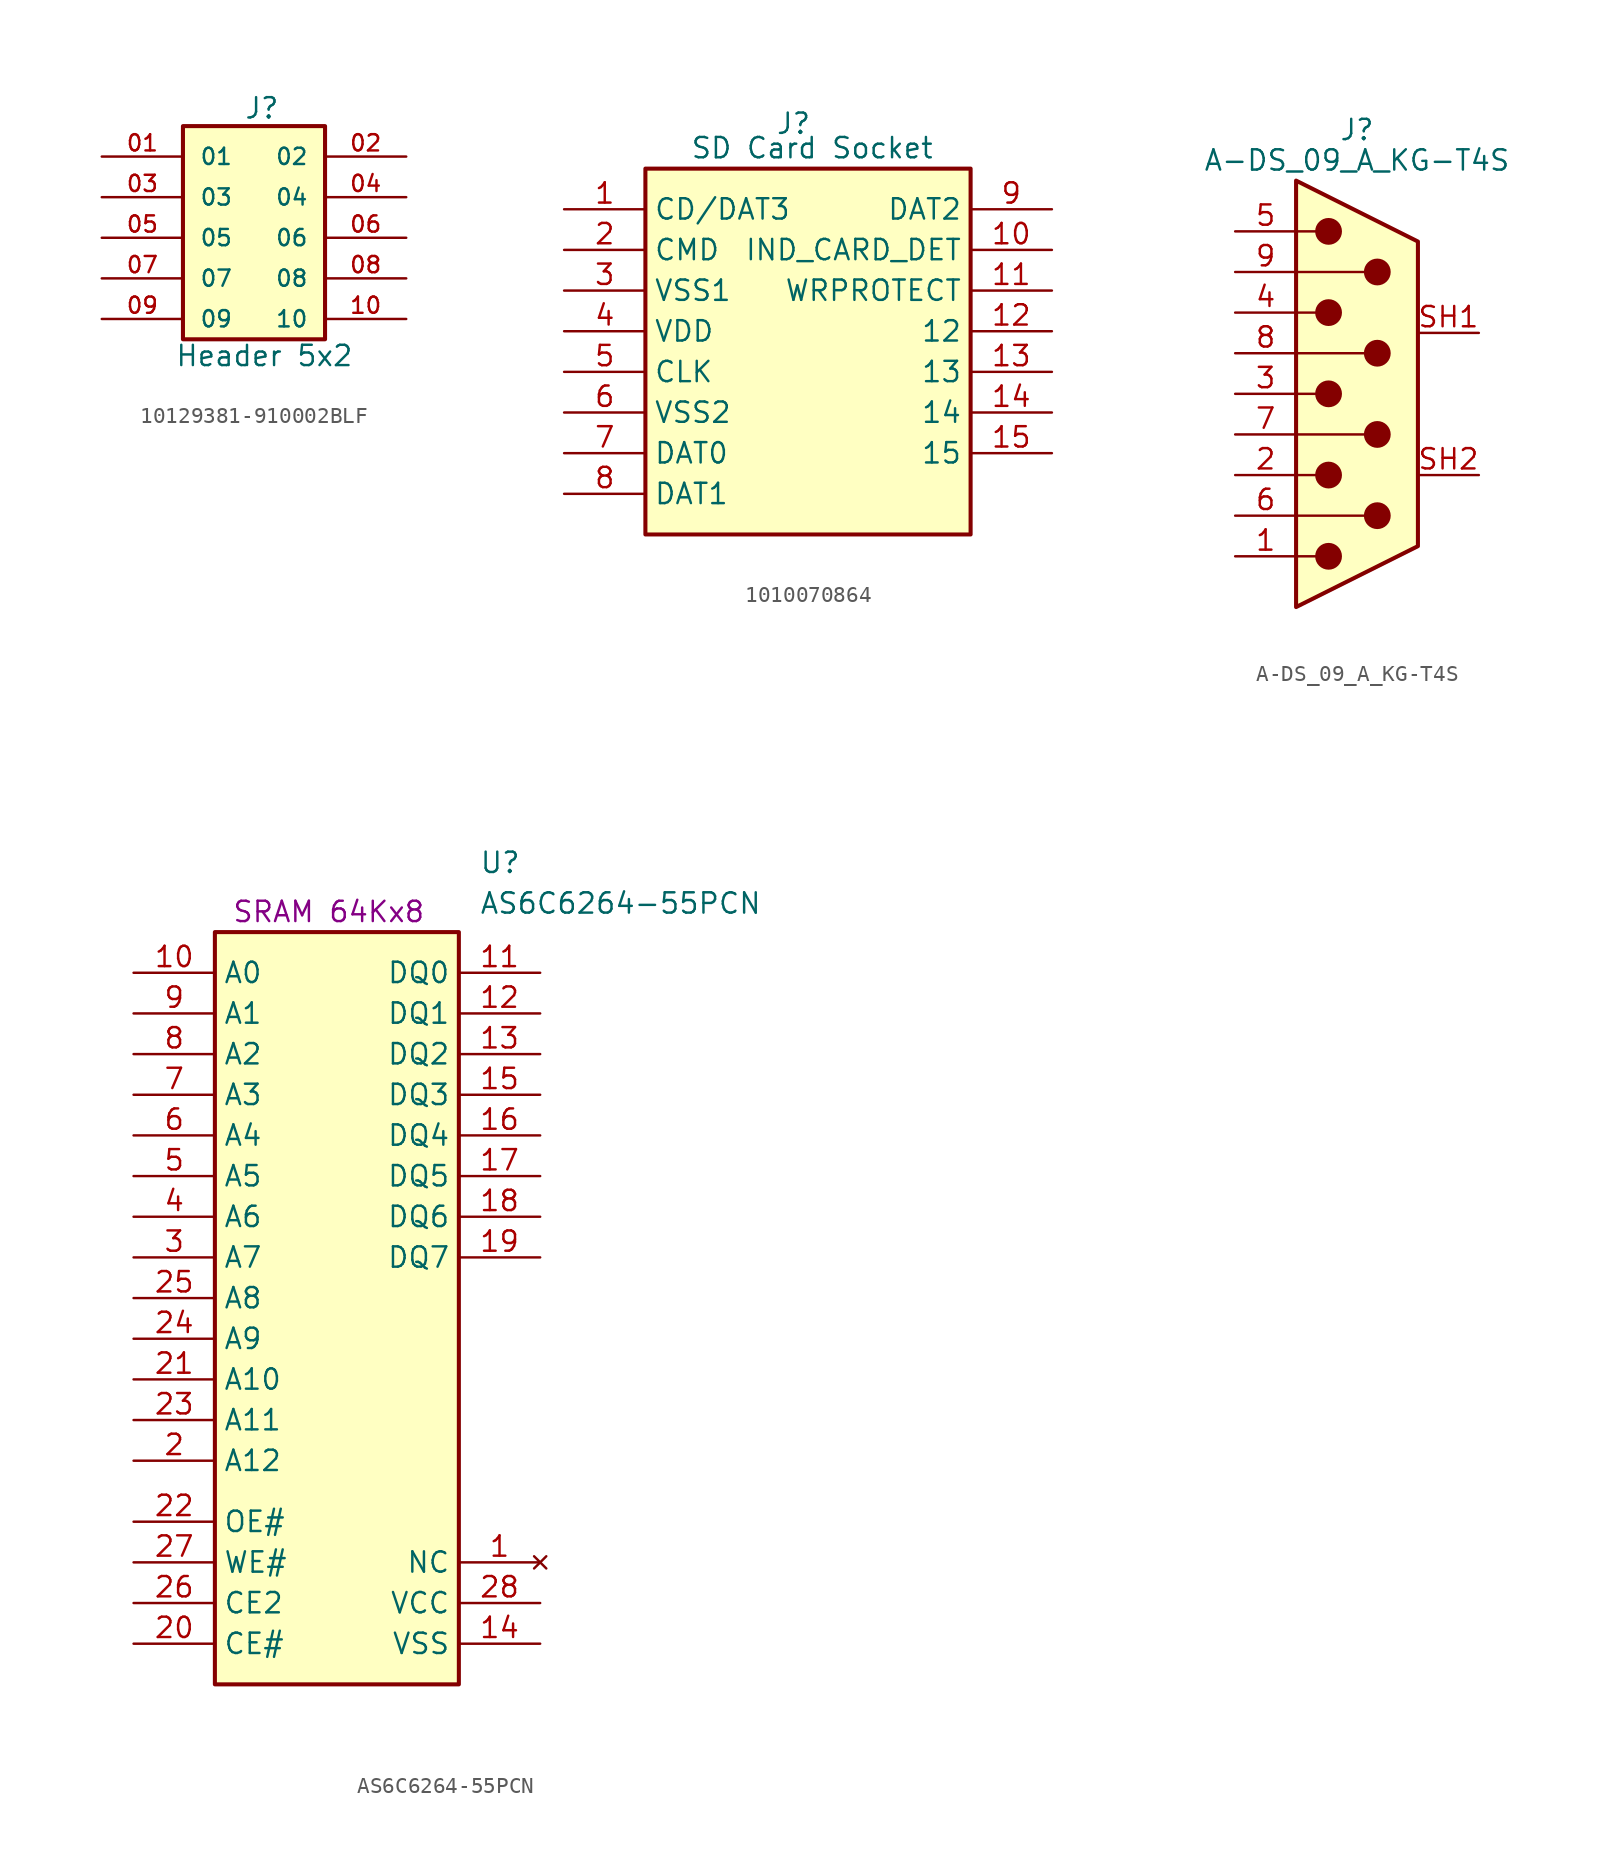
<source format=kicad_sym>
(kicad_symbol_lib
  (version 20241209)
  (generator "kicad_symbol_editor")
  (generator_version "9.0")
  (symbol "10129381-910002BLF"
    (pin_names
      (offset 1.016))
    (property "Reference" "J"
      (at -8.89 7.366 0)
      (effects (font (size 1.27 1.27)) (justify left bottom)))
    (property "Value" "Header 5x2"
      (at -13.208 -8.128 0)
      (effects (font (size 1.27 1.27)) (justify left bottom)))
    (symbol "10129381-910002BLF_0_0"
      (rectangle (start -12.7 6.985) (end -3.81 -6.35) (stroke (width 0.254) (type default)) (fill (type background)))
      (pin passive line (at -17.78 5.08 0) (length 5.08) (name "01" (effects (font (size 1.016 1.016)))) (number "01" (effects (font (size 1.016 1.016)))))
      (pin passive line (at -17.78 2.54 0) (length 5.08) (name "03" (effects (font (size 1.016 1.016)))) (number "03" (effects (font (size 1.016 1.016)))))
      (pin passive line (at -17.78 0 0) (length 5.08) (name "05" (effects (font (size 1.016 1.016)))) (number "05" (effects (font (size 1.016 1.016)))))
      (pin passive line (at -17.78 -2.54 0) (length 5.08) (name "07" (effects (font (size 1.016 1.016)))) (number "07" (effects (font (size 1.016 1.016)))))
      (pin passive line (at -17.78 -5.08 0) (length 5.08) (name "09" (effects (font (size 1.016 1.016)))) (number "09" (effects (font (size 1.016 1.016)))))
      (pin passive line (at 1.27 5.08 180) (length 5.08) (name "02" (effects (font (size 1.016 1.016)))) (number "02" (effects (font (size 1.016 1.016)))))
      (pin passive line (at 1.27 2.54 180) (length 5.08) (name "04" (effects (font (size 1.016 1.016)))) (number "04" (effects (font (size 1.016 1.016)))))
      (pin passive line (at 1.27 0 180) (length 5.08) (name "06" (effects (font (size 1.016 1.016)))) (number "06" (effects (font (size 1.016 1.016)))))
      (pin passive line (at 1.27 -2.54 180) (length 5.08) (name "08" (effects (font (size 1.016 1.016)))) (number "08" (effects (font (size 1.016 1.016)))))
      (pin passive line (at 1.27 -5.08 180) (length 5.08) (name "10" (effects (font (size 1.016 1.016)))) (number "10" (effects (font (size 1.016 1.016)))))))
  (symbol "1010070864"
    (property "Reference" "J"
      (at 13.208 6.096 0)
      (effects (font (size 1.27 1.27)) (justify left top)))
    (property "Value" "SD Card Socket"
      (at 7.874 4.572 0)
      (effects (font (size 1.27 1.27)) (justify left top)))
    (symbol "1010070864_1_1"
      (rectangle (start 5.08 2.54) (end 25.4 -20.32) (stroke (width 0.254) (type default)) (fill (type background)))
      (pin passive line (at 0 0 0) (length 5.08) (name "CD/DAT3" (effects (font (size 1.27 1.27)))) (number "1" (effects (font (size 1.27 1.27)))))
      (pin passive line (at 0 -2.54 0) (length 5.08) (name "CMD" (effects (font (size 1.27 1.27)))) (number "2" (effects (font (size 1.27 1.27)))))
      (pin passive line (at 0 -5.08 0) (length 5.08) (name "VSS1" (effects (font (size 1.27 1.27)))) (number "3" (effects (font (size 1.27 1.27)))))
      (pin passive line (at 0 -7.62 0) (length 5.08) (name "VDD" (effects (font (size 1.27 1.27)))) (number "4" (effects (font (size 1.27 1.27)))))
      (pin passive line (at 0 -10.16 0) (length 5.08) (name "CLK" (effects (font (size 1.27 1.27)))) (number "5" (effects (font (size 1.27 1.27)))))
      (pin passive line (at 0 -12.7 0) (length 5.08) (name "VSS2" (effects (font (size 1.27 1.27)))) (number "6" (effects (font (size 1.27 1.27)))))
      (pin passive line (at 0 -15.24 0) (length 5.08) (name "DAT0" (effects (font (size 1.27 1.27)))) (number "7" (effects (font (size 1.27 1.27)))))
      (pin passive line (at 0 -17.78 0) (length 5.08) (name "DAT1" (effects (font (size 1.27 1.27)))) (number "8" (effects (font (size 1.27 1.27)))))
      (pin passive line (at 30.48 0 180) (length 5.08) (name "DAT2" (effects (font (size 1.27 1.27)))) (number "9" (effects (font (size 1.27 1.27)))))
      (pin passive line (at 30.48 -2.54 180) (length 5.08) (name "IND_CARD_DET" (effects (font (size 1.27 1.27)))) (number "10" (effects (font (size 1.27 1.27)))))
      (pin passive line (at 30.48 -5.08 180) (length 5.08) (name "WRPROTECT" (effects (font (size 1.27 1.27)))) (number "11" (effects (font (size 1.27 1.27)))))
      (pin passive line (at 30.48 -7.62 180) (length 5.08) (name "12" (effects (font (size 1.27 1.27)))) (number "12" (effects (font (size 1.27 1.27)))))
      (pin passive line (at 30.48 -10.16 180) (length 5.08) (name "13" (effects (font (size 1.27 1.27)))) (number "13" (effects (font (size 1.27 1.27)))))
      (pin passive line (at 30.48 -12.7 180) (length 5.08) (name "14" (effects (font (size 1.27 1.27)))) (number "14" (effects (font (size 1.27 1.27)))))
      (pin passive line (at 30.48 -15.24 180) (length 5.08) (name "15" (effects (font (size 1.27 1.27)))) (number "15" (effects (font (size 1.27 1.27)))))))
  (symbol "A-DS_09_A_KG-T4S"
    (pin_names
      (offset 1.016)
      (hide yes))
    (property "Reference" "J"
      (at 0 16.51 0)
      (effects (font (size 1.27 1.27))))
    (property "Value" "A-DS_09_A_KG-T4S"
      (at 0 14.605 0)
      (effects (font (size 1.27 1.27))))
    (symbol "A-DS_09_A_KG-T4S_0_1"
      (polyline (pts (xy -3.81 10.16) (xy -2.54 10.16)) (stroke (width 0) (type default)) (fill (type none)))
      (polyline (pts (xy -3.81 7.62) (xy 0.508 7.62)) (stroke (width 0) (type default)) (fill (type none)))
      (polyline (pts (xy -3.81 5.08) (xy -2.54 5.08)) (stroke (width 0) (type default)) (fill (type none)))
      (polyline (pts (xy -3.81 2.54) (xy 0.508 2.54)) (stroke (width 0) (type default)) (fill (type none)))
      (polyline (pts (xy -3.81 0) (xy -2.54 0)) (stroke (width 0) (type default)) (fill (type none)))
      (polyline (pts (xy -3.81 -2.54) (xy 0.508 -2.54)) (stroke (width 0) (type default)) (fill (type none)))
      (polyline (pts (xy -3.81 -5.08) (xy -2.54 -5.08)) (stroke (width 0) (type default)) (fill (type none)))
      (polyline (pts (xy -3.81 -7.62) (xy 0.508 -7.62)) (stroke (width 0) (type default)) (fill (type none)))
      (polyline (pts (xy -3.81 -10.16) (xy -2.54 -10.16)) (stroke (width 0) (type default)) (fill (type none)))
      (polyline (pts (xy -3.81 -13.335) (xy -3.81 13.335) (xy 3.81 9.525) (xy 3.81 -9.525) (xy -3.81 -13.335)) (stroke (width 0.254) (type default)) (fill (type background)))
      (circle (center -1.778 10.16) (radius 0.762) (stroke (width 0) (type default)) (fill (type outline)))
      (circle (center -1.778 5.08) (radius 0.762) (stroke (width 0) (type default)) (fill (type outline)))
      (circle (center -1.778 0) (radius 0.762) (stroke (width 0) (type default)) (fill (type outline)))
      (circle (center -1.778 -5.08) (radius 0.762) (stroke (width 0) (type default)) (fill (type outline)))
      (circle (center -1.778 -10.16) (radius 0.762) (stroke (width 0) (type default)) (fill (type outline)))
      (circle (center 1.27 7.62) (radius 0.762) (stroke (width 0) (type default)) (fill (type outline)))
      (circle (center 1.27 2.54) (radius 0.762) (stroke (width 0) (type default)) (fill (type outline)))
      (circle (center 1.27 -2.54) (radius 0.762) (stroke (width 0) (type default)) (fill (type outline)))
      (circle (center 1.27 -7.62) (radius 0.762) (stroke (width 0) (type default)) (fill (type outline))))
    (symbol "A-DS_09_A_KG-T4S_1_1"
      (pin passive line (at -7.62 10.16 0) (length 3.81) (name "5" (effects (font (size 1.27 1.27)))) (number "5" (effects (font (size 1.27 1.27)))))
      (pin passive line (at -7.62 7.62 0) (length 3.81) (name "9" (effects (font (size 1.27 1.27)))) (number "9" (effects (font (size 1.27 1.27)))))
      (pin passive line (at -7.62 5.08 0) (length 3.81) (name "4" (effects (font (size 1.27 1.27)))) (number "4" (effects (font (size 1.27 1.27)))))
      (pin passive line (at -7.62 2.54 0) (length 3.81) (name "8" (effects (font (size 1.27 1.27)))) (number "8" (effects (font (size 1.27 1.27)))))
      (pin passive line (at -7.62 0 0) (length 3.81) (name "3" (effects (font (size 1.27 1.27)))) (number "3" (effects (font (size 1.27 1.27)))))
      (pin passive line (at -7.62 -2.54 0) (length 3.81) (name "7" (effects (font (size 1.27 1.27)))) (number "7" (effects (font (size 1.27 1.27)))))
      (pin passive line (at -7.62 -5.08 0) (length 3.81) (name "2" (effects (font (size 1.27 1.27)))) (number "2" (effects (font (size 1.27 1.27)))))
      (pin passive line (at -7.62 -7.62 0) (length 3.81) (name "6" (effects (font (size 1.27 1.27)))) (number "6" (effects (font (size 1.27 1.27)))))
      (pin passive line (at -7.62 -10.16 0) (length 3.81) (name "1" (effects (font (size 1.27 1.27)))) (number "1" (effects (font (size 1.27 1.27)))))
      (pin passive line (at 7.62 3.81 180) (length 3.81) (name "SH1" (effects (font (size 1.27 1.27)))) (number "SH1" (effects (font (size 1.27 1.27)))))
      (pin passive line (at 7.62 -5.08 180) (length 3.81) (name "SH2" (effects (font (size 1.27 1.27)))) (number "SH2" (effects (font (size 1.27 1.27)))))))
  (symbol "AS6C6264-55PCN"
    (property "Reference" "U"
      (at 21.59 7.62 0)
      (effects (font (size 1.27 1.27)) (justify left top)))
    (property "Value" "AS6C6264-55PCN"
      (at 21.59 5.08 0)
      (effects (font (size 1.27 1.27)) (justify left top)))
    (property "Description" "SRAM 64Kx8"
      (at 12.192 3.81 0)
      (effects (font (size 1.27 1.27))))
    (symbol "AS6C6264-55PCN_1_1"
      (rectangle (start 5.08 2.54) (end 20.32 -44.45) (stroke (width 0.254) (type default)) (fill (type background)))
      (pin passive line (at 0 0 0) (length 5.08) (name "A0" (effects (font (size 1.27 1.27)))) (number "10" (effects (font (size 1.27 1.27)))))
      (pin passive line (at 0 -2.54 0) (length 5.08) (name "A1" (effects (font (size 1.27 1.27)))) (number "9" (effects (font (size 1.27 1.27)))))
      (pin passive line (at 0 -5.08 0) (length 5.08) (name "A2" (effects (font (size 1.27 1.27)))) (number "8" (effects (font (size 1.27 1.27)))))
      (pin passive line (at 0 -7.62 0) (length 5.08) (name "A3" (effects (font (size 1.27 1.27)))) (number "7" (effects (font (size 1.27 1.27)))))
      (pin passive line (at 0 -10.16 0) (length 5.08) (name "A4" (effects (font (size 1.27 1.27)))) (number "6" (effects (font (size 1.27 1.27)))))
      (pin passive line (at 0 -12.7 0) (length 5.08) (name "A5" (effects (font (size 1.27 1.27)))) (number "5" (effects (font (size 1.27 1.27)))))
      (pin passive line (at 0 -15.24 0) (length 5.08) (name "A6" (effects (font (size 1.27 1.27)))) (number "4" (effects (font (size 1.27 1.27)))))
      (pin passive line (at 0 -17.78 0) (length 5.08) (name "A7" (effects (font (size 1.27 1.27)))) (number "3" (effects (font (size 1.27 1.27)))))
      (pin passive line (at 0 -20.32 0) (length 5.08) (name "A8" (effects (font (size 1.27 1.27)))) (number "25" (effects (font (size 1.27 1.27)))))
      (pin passive line (at 0 -22.86 0) (length 5.08) (name "A9" (effects (font (size 1.27 1.27)))) (number "24" (effects (font (size 1.27 1.27)))))
      (pin passive line (at 0 -25.4 0) (length 5.08) (name "A10" (effects (font (size 1.27 1.27)))) (number "21" (effects (font (size 1.27 1.27)))))
      (pin passive line (at 0 -27.94 0) (length 5.08) (name "A11" (effects (font (size 1.27 1.27)))) (number "23" (effects (font (size 1.27 1.27)))))
      (pin passive line (at 0 -30.48 0) (length 5.08) (name "A12" (effects (font (size 1.27 1.27)))) (number "2" (effects (font (size 1.27 1.27)))))
      (pin passive line (at 0 -34.29 0) (length 5.08) (name "OE#" (effects (font (size 1.27 1.27)))) (number "22" (effects (font (size 1.27 1.27)))))
      (pin passive line (at 0 -36.83 0) (length 5.08) (name "WE#" (effects (font (size 1.27 1.27)))) (number "27" (effects (font (size 1.27 1.27)))))
      (pin passive line (at 0 -39.37 0) (length 5.08) (name "CE2" (effects (font (size 1.27 1.27)))) (number "26" (effects (font (size 1.27 1.27)))))
      (pin passive line (at 0 -41.91 0) (length 5.08) (name "CE#" (effects (font (size 1.27 1.27)))) (number "20" (effects (font (size 1.27 1.27)))))
      (pin passive line (at 25.4 0 180) (length 5.08) (name "DQ0" (effects (font (size 1.27 1.27)))) (number "11" (effects (font (size 1.27 1.27)))))
      (pin passive line (at 25.4 -2.54 180) (length 5.08) (name "DQ1" (effects (font (size 1.27 1.27)))) (number "12" (effects (font (size 1.27 1.27)))))
      (pin passive line (at 25.4 -5.08 180) (length 5.08) (name "DQ2" (effects (font (size 1.27 1.27)))) (number "13" (effects (font (size 1.27 1.27)))))
      (pin passive line (at 25.4 -7.62 180) (length 5.08) (name "DQ3" (effects (font (size 1.27 1.27)))) (number "15" (effects (font (size 1.27 1.27)))))
      (pin passive line (at 25.4 -10.16 180) (length 5.08) (name "DQ4" (effects (font (size 1.27 1.27)))) (number "16" (effects (font (size 1.27 1.27)))))
      (pin passive line (at 25.4 -12.7 180) (length 5.08) (name "DQ5" (effects (font (size 1.27 1.27)))) (number "17" (effects (font (size 1.27 1.27)))))
      (pin passive line (at 25.4 -15.24 180) (length 5.08) (name "DQ6" (effects (font (size 1.27 1.27)))) (number "18" (effects (font (size 1.27 1.27)))))
      (pin passive line (at 25.4 -17.78 180) (length 5.08) (name "DQ7" (effects (font (size 1.27 1.27)))) (number "19" (effects (font (size 1.27 1.27)))))
      (pin no_connect line (at 25.4 -36.83 180) (length 5.08) (name "NC" (effects (font (size 1.27 1.27)))) (number "1" (effects (font (size 1.27 1.27)))))
      (pin passive line (at 25.4 -39.37 180) (length 5.08) (name "VCC" (effects (font (size 1.27 1.27)))) (number "28" (effects (font (size 1.27 1.27)))))
      (pin passive line (at 25.4 -41.91 180) (length 5.08) (name "VSS" (effects (font (size 1.27 1.27)))) (number "14" (effects (font (size 1.27 1.27))))))))
</source>
